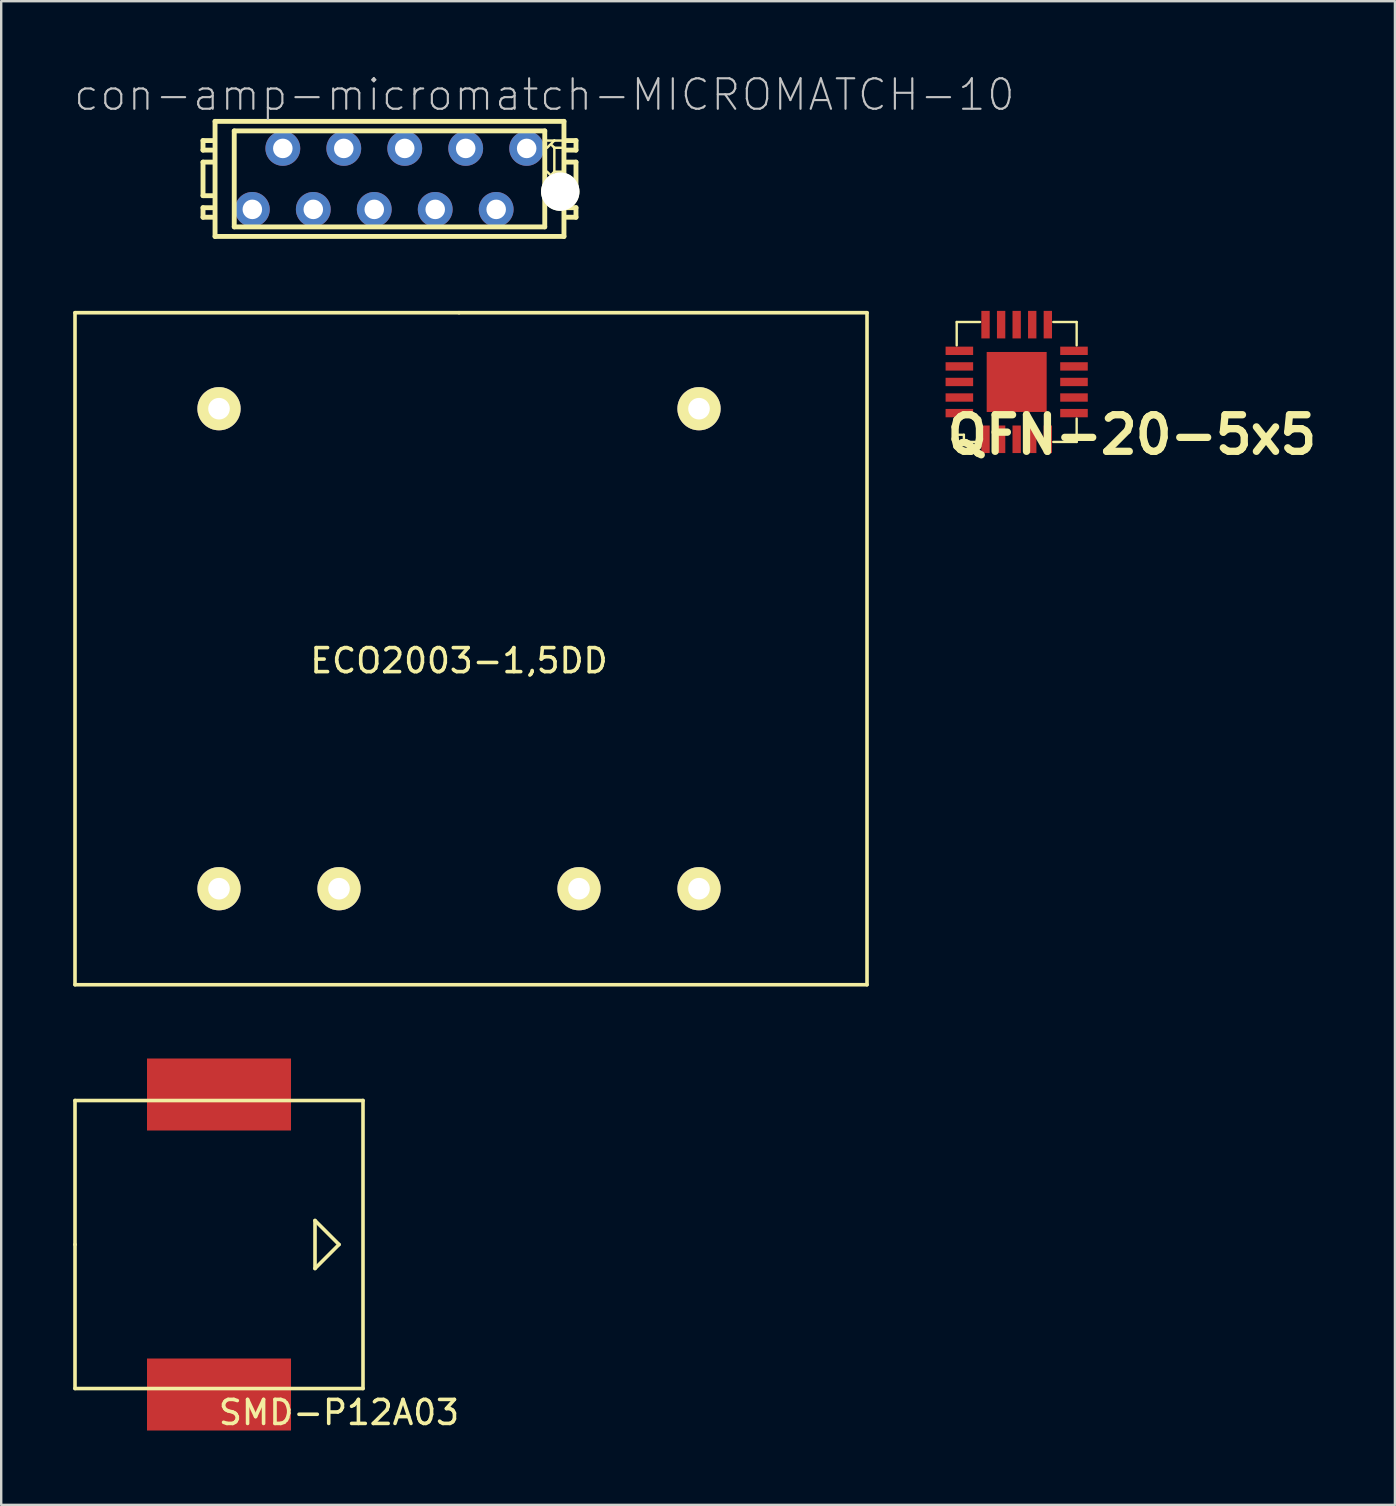
<source format=kicad_pcb>
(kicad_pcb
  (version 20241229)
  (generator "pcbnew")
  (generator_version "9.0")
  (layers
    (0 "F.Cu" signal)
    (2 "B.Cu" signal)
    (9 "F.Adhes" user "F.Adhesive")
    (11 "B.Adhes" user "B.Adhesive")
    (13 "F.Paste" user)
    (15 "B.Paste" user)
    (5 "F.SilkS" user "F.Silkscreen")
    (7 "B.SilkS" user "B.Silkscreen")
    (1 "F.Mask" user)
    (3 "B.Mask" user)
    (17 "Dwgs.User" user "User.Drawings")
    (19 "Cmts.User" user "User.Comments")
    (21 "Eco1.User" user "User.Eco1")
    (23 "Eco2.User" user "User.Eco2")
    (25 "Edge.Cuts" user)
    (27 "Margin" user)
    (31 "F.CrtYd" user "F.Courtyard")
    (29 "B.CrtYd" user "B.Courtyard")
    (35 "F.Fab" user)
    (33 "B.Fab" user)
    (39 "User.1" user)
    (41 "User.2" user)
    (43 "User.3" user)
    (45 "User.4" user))
  (footprint "con-amp-micromatch-MICROMATCH-10"
    (layer "F.Cu")
    (at 13.179 4.404)
    (property "Reference" "con-amp-micromatch-MICROMATCH-10" (at 6.452 -3.505 0) (layer "Dwgs.User") (effects (font (size 1.27 1.27) (thickness 0.089))))
    (attr exclude_from_pos_files exclude_from_bom)
    (fp_line (start -7.77 -1.598) (end -7.77 -1.199) (stroke (width 0.203) (type solid)) (layer "F.SilkS"))
    (fp_line (start -7.77 -1.199) (end -7.369 -1.199) (stroke (width 0.203) (type solid)) (layer "F.SilkS"))
    (fp_line (start -7.77 -0.699) (end -7.77 0.699) (stroke (width 0.203) (type solid)) (layer "F.SilkS"))
    (fp_line (start -7.77 0.699) (end -7.369 0.699) (stroke (width 0.203) (type solid)) (layer "F.SilkS"))
    (fp_line (start -7.77 1.199) (end -7.77 1.598) (stroke (width 0.203) (type solid)) (layer "F.SilkS"))
    (fp_line (start -7.77 1.598) (end -7.369 1.598) (stroke (width 0.203) (type solid)) (layer "F.SilkS"))
    (fp_line (start -7.369 -1.598) (end -7.77 -1.598) (stroke (width 0.203) (type solid)) (layer "F.SilkS"))
    (fp_line (start -7.369 -0.699) (end -7.77 -0.699) (stroke (width 0.203) (type solid)) (layer "F.SilkS"))
    (fp_line (start -7.369 1.199) (end -7.77 1.199) (stroke (width 0.203) (type solid)) (layer "F.SilkS"))
    (fp_line (start -7.269 -2.398) (end -7.269 2.398) (stroke (width 0.203) (type solid)) (layer "F.SilkS"))
    (fp_line (start -6.469 -1.999) (end -6.469 1.999) (stroke (width 0.203) (type solid)) (layer "F.SilkS"))
    (fp_line (start 6.469 -1.999) (end -6.469 -1.999) (stroke (width 0.203) (type solid)) (layer "F.SilkS"))
    (fp_line (start 6.469 1.999) (end -6.469 1.999) (stroke (width 0.203) (type solid)) (layer "F.SilkS"))
    (fp_line (start 6.469 1.999) (end 6.469 -1.999) (stroke (width 0.203) (type solid)) (layer "F.SilkS"))
    (fp_line (start 6.769 -1.4) (end 6.868 -1.298) (stroke (width 0.102) (type solid)) (layer "F.SilkS"))
    (fp_line (start 6.769 -0.198) (end 6.868 -0.3) (stroke (width 0.102) (type solid)) (layer "F.SilkS"))
    (fp_line (start 6.868 -1.598) (end 6.568 -1.598) (stroke (width 0.102) (type solid)) (layer "F.SilkS"))
    (fp_line (start 6.868 -1.598) (end 6.568 -1.298) (stroke (width 0.102) (type solid)) (layer "F.SilkS"))
    (fp_line (start 6.868 -1.298) (end 6.868 -0.3) (stroke (width 0.102) (type solid)) (layer "F.SilkS"))
    (fp_line (start 6.868 -0.3) (end 7.168 -0.3) (stroke (width 0.102) (type solid)) (layer "F.SilkS"))
    (fp_line (start 6.868 0) (end 6.568 -0.3) (stroke (width 0.102) (type solid)) (layer "F.SilkS"))
    (fp_line (start 6.868 0) (end 6.568 0) (stroke (width 0.102) (type solid)) (layer "F.SilkS"))
    (fp_line (start 7.168 -1.598) (end 6.868 -1.598) (stroke (width 0.102) (type solid)) (layer "F.SilkS"))
    (fp_line (start 7.168 -1.298) (end 6.868 -1.298) (stroke (width 0.102) (type solid)) (layer "F.SilkS"))
    (fp_line (start 7.168 0) (end 6.868 0) (stroke (width 0.102) (type solid)) (layer "F.SilkS"))
    (fp_line (start 7.269 -2.398) (end -7.269 -2.398) (stroke (width 0.203) (type solid)) (layer "F.SilkS"))
    (fp_line (start 7.269 2.398) (end -7.269 2.398) (stroke (width 0.203) (type solid)) (layer "F.SilkS"))
    (fp_line (start 7.269 2.398) (end 7.269 -2.398) (stroke (width 0.203) (type solid)) (layer "F.SilkS"))
    (fp_line (start 7.369 -1.199) (end 7.77 -1.199) (stroke (width 0.203) (type solid)) (layer "F.SilkS"))
    (fp_line (start 7.369 0.699) (end 7.77 0.699) (stroke (width 0.203) (type solid)) (layer "F.SilkS"))
    (fp_line (start 7.369 1.598) (end 7.77 1.598) (stroke (width 0.203) (type solid)) (layer "F.SilkS"))
    (fp_line (start 7.77 -1.598) (end 7.369 -1.598) (stroke (width 0.203) (type solid)) (layer "F.SilkS"))
    (fp_line (start 7.77 -1.199) (end 7.77 -1.598) (stroke (width 0.203) (type solid)) (layer "F.SilkS"))
    (fp_line (start 7.77 -0.699) (end 7.369 -0.699) (stroke (width 0.203) (type solid)) (layer "F.SilkS"))
    (fp_line (start 7.77 0.699) (end 7.77 -0.699) (stroke (width 0.203) (type solid)) (layer "F.SilkS"))
    (fp_line (start 7.77 1.199) (end 7.369 1.199) (stroke (width 0.203) (type solid)) (layer "F.SilkS"))
    (fp_line (start 7.77 1.598) (end 7.77 1.199) (stroke (width 0.203) (type solid)) (layer "F.SilkS"))
    (pad "" np_thru_hole circle (at 7.115 0.53) (size 1.6 1.6) (drill 1.6) (layers "*.Cu" "*.Mask" "F.SilkS"))
    (pad "1" thru_hole circle (at 5.715 -1.27) (size 1.45 1.45) (drill 0.813) (layers "*.Cu" "*.Mask"))
    (pad "2" thru_hole circle (at 4.445 1.27) (size 1.45 1.45) (drill 0.813) (layers "*.Cu" "*.Mask"))
    (pad "3" thru_hole circle (at 3.175 -1.27) (size 1.45 1.45) (drill 0.813) (layers "*.Cu" "*.Mask"))
    (pad "4" thru_hole circle (at 1.905 1.27) (size 1.45 1.45) (drill 0.813) (layers "*.Cu" "*.Mask"))
    (pad "5" thru_hole circle (at 0.635 -1.27) (size 1.45 1.45) (drill 0.813) (layers "*.Cu" "*.Mask"))
    (pad "6" thru_hole circle (at -0.635 1.27) (size 1.45 1.45) (drill 0.813) (layers "*.Cu" "*.Mask"))
    (pad "7" thru_hole circle (at -1.905 -1.27) (size 1.45 1.45) (drill 0.813) (layers "*.Cu" "*.Mask"))
    (pad "8" thru_hole circle (at -3.175 1.27) (size 1.45 1.45) (drill 0.813) (layers "*.Cu" "*.Mask"))
    (pad "9" thru_hole circle (at -4.445 -1.27) (size 1.45 1.45) (drill 0.813) (layers "*.Cu" "*.Mask"))
    (pad "10" thru_hole circle (at -5.715 1.27) (size 1.45 1.45) (drill 0.813) (layers "*.Cu" "*.Mask")))
  (footprint "QFN-20-5x5"
    (layer "F.Cu")
    (at 39.311 12.865)
    (property "Reference" "QFN-20-5x5" (at 4.8 2.2 0) (layer "F.SilkS") (effects (font (size 1.524 1.524) (thickness 0.305))))
    (attr through_hole)
    (fp_line (start -2.499 -2.499) (end -2.499 -1.524) (stroke (width 0.099) (type solid)) (layer "F.SilkS"))
    (fp_line (start -2.499 -2.499) (end -1.524 -2.499) (stroke (width 0.099) (type solid)) (layer "F.SilkS"))
    (fp_line (start -2.499 1.524) (end -2.499 2.499) (stroke (width 0.099) (type solid)) (layer "F.SilkS"))
    (fp_line (start -2.499 2.2) (end -2.2 2.2) (stroke (width 0.099) (type solid)) (layer "F.SilkS"))
    (fp_line (start -2.499 2.499) (end -1.524 2.499) (stroke (width 0.099) (type solid)) (layer "F.SilkS"))
    (fp_line (start -2.2 2.2) (end -2.2 2.499) (stroke (width 0.099) (type solid)) (layer "F.SilkS"))
    (fp_line (start 1.524 -2.499) (end 2.499 -2.499) (stroke (width 0.099) (type solid)) (layer "F.SilkS"))
    (fp_line (start 1.524 2.499) (end 2.499 2.499) (stroke (width 0.099) (type solid)) (layer "F.SilkS"))
    (fp_line (start 2.499 -2.499) (end 2.499 -1.524) (stroke (width 0.099) (type solid)) (layer "F.SilkS"))
    (fp_line (start 2.499 1.524) (end 2.499 2.499) (stroke (width 0.099) (type solid)) (layer "F.SilkS"))
    (pad "1" smd rect (at -1.298 2.388 180) (size 0.348 1.148) (layers "F.Cu" "F.Mask" "F.Paste"))
    (pad "2" smd rect (at -0.648 2.388 180) (size 0.348 1.148) (layers "F.Cu" "F.Mask" "F.Paste"))
    (pad "3" smd rect (at 0 2.388 180) (size 0.348 1.148) (layers "F.Cu" "F.Mask" "F.Paste"))
    (pad "4" smd rect (at 0.648 2.388 180) (size 0.348 1.148) (layers "F.Cu" "F.Mask" "F.Paste"))
    (pad "5" smd rect (at 1.298 2.388 180) (size 0.348 1.148) (layers "F.Cu" "F.Mask" "F.Paste"))
    (pad "6" smd rect (at 2.388 1.298 270) (size 0.348 1.148) (layers "F.Cu" "F.Mask" "F.Paste"))
    (pad "7" smd rect (at 2.388 0.648 270) (size 0.348 1.148) (layers "F.Cu" "F.Mask" "F.Paste"))
    (pad "8" smd rect (at 2.388 0 270) (size 0.348 1.148) (layers "F.Cu" "F.Mask" "F.Paste"))
    (pad "9" smd rect (at 2.388 -0.648 270) (size 0.348 1.148) (layers "F.Cu" "F.Mask" "F.Paste"))
    (pad "10" smd rect (at 2.388 -1.298 270) (size 0.348 1.148) (layers "F.Cu" "F.Mask" "F.Paste"))
    (pad "11" smd rect (at 1.298 -2.388) (size 0.348 1.148) (layers "F.Cu" "F.Mask" "F.Paste"))
    (pad "12" smd rect (at 0.648 -2.388) (size 0.348 1.148) (layers "F.Cu" "F.Mask" "F.Paste"))
    (pad "13" smd rect (at 0 -2.388) (size 0.348 1.148) (layers "F.Cu" "F.Mask" "F.Paste"))
    (pad "14" smd rect (at -0.648 -2.388) (size 0.348 1.148) (layers "F.Cu" "F.Mask" "F.Paste"))
    (pad "15" smd rect (at -1.298 -2.388) (size 0.348 1.148) (layers "F.Cu" "F.Mask" "F.Paste"))
    (pad "16" smd rect (at -2.388 -1.298 90) (size 0.348 1.148) (layers "F.Cu" "F.Mask" "F.Paste"))
    (pad "17" smd rect (at -2.388 -0.648 90) (size 0.348 1.148) (layers "F.Cu" "F.Mask" "F.Paste"))
    (pad "18" smd rect (at -2.388 0 90) (size 0.348 1.148) (layers "F.Cu" "F.Mask" "F.Paste"))
    (pad "19" smd rect (at -2.388 0.648 90) (size 0.348 1.148) (layers "F.Cu" "F.Mask" "F.Paste"))
    (pad "20" smd rect (at -2.388 1.298 90) (size 0.348 1.148) (layers "F.Cu" "F.Mask" "F.Paste"))
    (pad "EP" smd rect (at 0 0) (size 2.499 2.499) (layers "F.Cu" "F.Mask" "F.Paste")))
  (footprint "SMD-P12A03"
    (layer "F.Cu")
    (at 6.075 48.804)
    (property "Reference" "SMD-P12A03" (at 5 7 0) (layer "F.SilkS") (effects (font (size 1 1) (thickness 0.15))))
    (attr through_hole)
    (fp_line (start -6 -6) (end 6 -6) (stroke (width 0.15) (type solid)) (layer "F.SilkS"))
    (fp_line (start -6 0) (end -6 -6) (stroke (width 0.15) (type solid)) (layer "F.SilkS"))
    (fp_line (start -6 6) (end -6 0) (stroke (width 0.15) (type solid)) (layer "F.SilkS"))
    (fp_line (start 4 -1) (end 4 1) (stroke (width 0.15) (type solid)) (layer "F.SilkS"))
    (fp_line (start 4 1) (end 5 0) (stroke (width 0.15) (type solid)) (layer "F.SilkS"))
    (fp_line (start 5 0) (end 4 -1) (stroke (width 0.15) (type solid)) (layer "F.SilkS"))
    (fp_line (start 6 -6) (end 6 6) (stroke (width 0.15) (type solid)) (layer "F.SilkS"))
    (fp_line (start 6 6) (end -6 6) (stroke (width 0.15) (type solid)) (layer "F.SilkS"))
    (pad "1" smd rect (at 0 -6.25) (size 6 3) (layers "F.Cu" "F.Mask" "F.Paste"))
    (pad "2" smd rect (at 0 6.25) (size 6 3) (layers "F.Cu" "F.Mask" "F.Paste")))
  (footprint "ECO2003-1,5DD"
    (layer "F.Cu")
    (at 16.075 23.979)
    (property "Reference" "ECO2003-1,5DD" (at 0 0.5 0) (layer "F.SilkS") (effects (font (size 1 1) (thickness 0.15))))
    (attr through_hole)
    (fp_line (start -16 -14) (end -16 14) (stroke (width 0.15) (type solid)) (layer "F.SilkS"))
    (fp_line (start -16 14) (end 17 14) (stroke (width 0.15) (type solid)) (layer "F.SilkS"))
    (fp_line (start 0 -14) (end -16 -14) (stroke (width 0.15) (type solid)) (layer "F.SilkS"))
    (fp_line (start 17 -14) (end 0 -14) (stroke (width 0.15) (type solid)) (layer "F.SilkS"))
    (fp_line (start 17 14) (end 17 -14) (stroke (width 0.15) (type solid)) (layer "F.SilkS"))
    (pad "1" thru_hole circle (at -10 -10) (size 1.8 1.8) (drill 0.9) (layers "*.Cu" "*.Mask" "F.SilkS"))
    (pad "2" thru_hole circle (at 10 -10) (size 1.8 1.8) (drill 0.9) (layers "*.Cu" "*.Mask" "F.SilkS"))
    (pad "3" thru_hole circle (at 10 10) (size 1.8 1.8) (drill 0.9) (layers "*.Cu" "*.Mask" "F.SilkS"))
    (pad "4" thru_hole circle (at 5 10) (size 1.8 1.8) (drill 0.9) (layers "*.Cu" "*.Mask" "F.SilkS"))
    (pad "5" thru_hole circle (at -5 10) (size 1.8 1.8) (drill 0.9) (layers "*.Cu" "*.Mask" "F.SilkS"))
    (pad "6" thru_hole circle (at -10 10) (size 1.8 1.8) (drill 0.9) (layers "*.Cu" "*.Mask" "F.SilkS")))
  (gr_rect
    (start -3 -3)
    (end 55.072 59.652)
    (stroke (width 0.1) (type default))
    (fill no)
    (layer "Edge.Cuts")))
</source>
